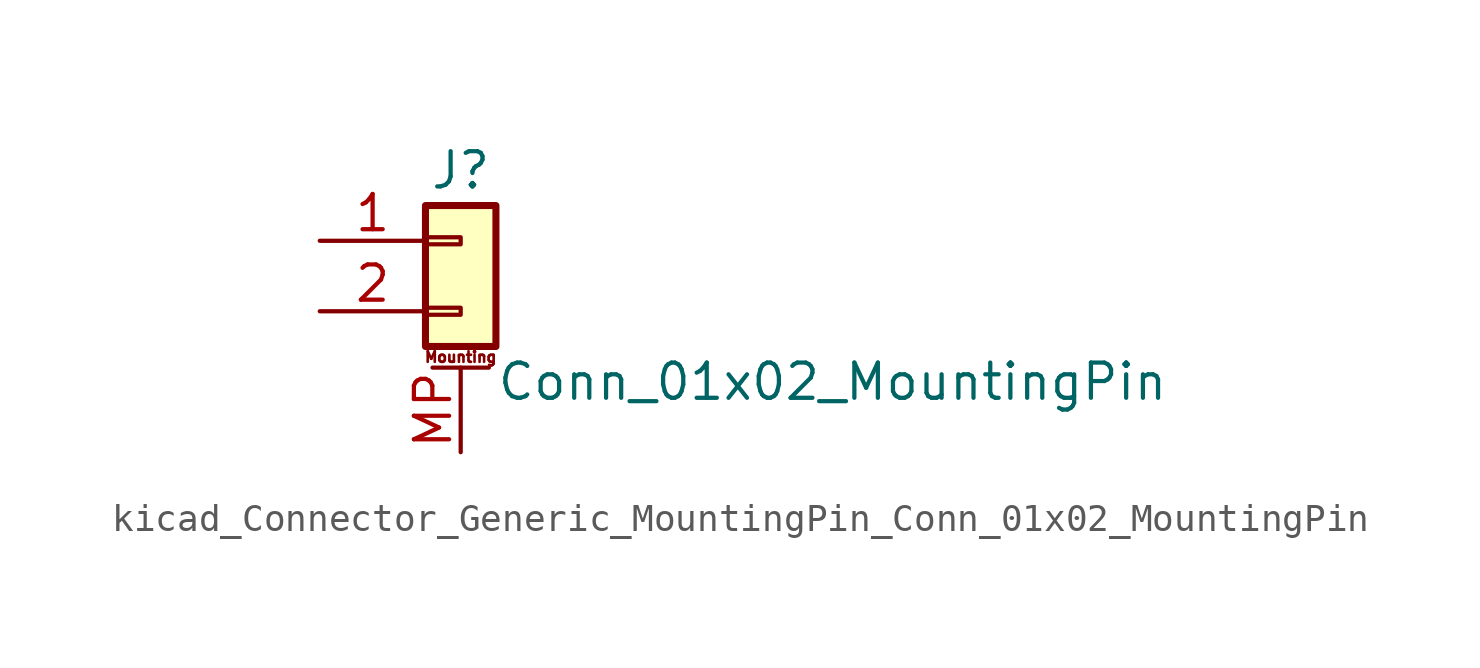
<source format=kicad_sym>
(kicad_symbol_lib
  (version 20220914)
  (generator kicad_symbol_editor)
  (symbol "kicad_Connector_Generic_MountingPin_Conn_01x02_MountingPin"
    (pin_names
      (offset 1.016) hide)
    (property "Reference" "J"
      (at 0 2.54 0)
      (effects (font (size 1.27 1.27))))
    (property "Value" "Conn_01x02_MountingPin"
      (at 1.27 -5.08 0)
      (effects (font (size 1.27 1.27)) (justify left)))
    (symbol "kicad_Connector_Generic_MountingPin_Conn_01x02_MountingPin_1_1"
      (rectangle (start -1.27 -2.413) (end 0 -2.667) (stroke (width 0.152) (type default)) (fill (type none)))
      (rectangle (start -1.27 0.127) (end 0 -0.127) (stroke (width 0.152) (type default)) (fill (type none)))
      (rectangle (start -1.27 1.27) (end 1.27 -3.81) (stroke (width 0.254) (type default)) (fill (type background)))
      (polyline (pts (xy -1.016 -4.572) (xy 1.016 -4.572)) (stroke (width 0.152) (type default)) (fill (type none)))
      (text "Mounting" (at 0 -4.191 0) (effects (font (size 0.381 0.381))))
      (pin passive line (at -5.08 0 0) (length 3.81) (name "Pin_1" (effects (font (size 1.27 1.27)))) (number "1" (effects (font (size 1.27 1.27)))))
      (pin passive line (at -5.08 -2.54 0) (length 3.81) (name "Pin_2" (effects (font (size 1.27 1.27)))) (number "2" (effects (font (size 1.27 1.27)))))
      (pin passive line (at 0 -7.62 90) (length 3.048) (name "MountPin" (effects (font (size 1.27 1.27)))) (number "MP" (effects (font (size 1.27 1.27))))))))
</source>
